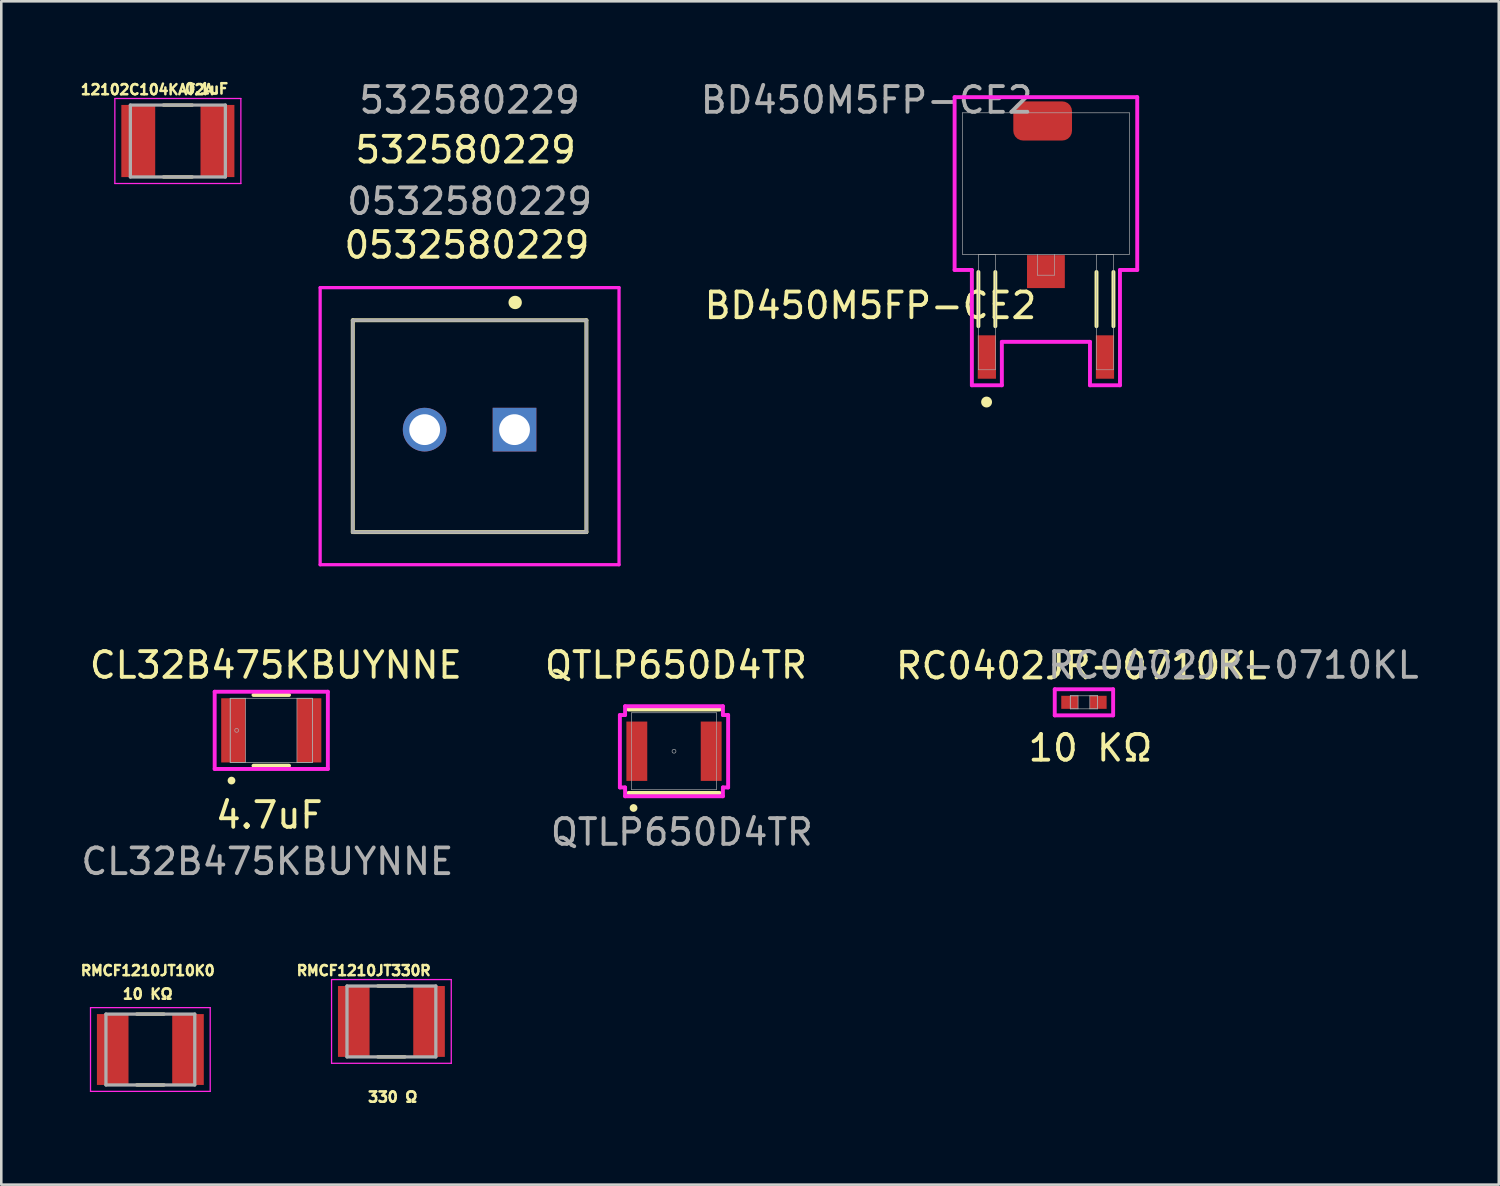
<source format=kicad_pcb>
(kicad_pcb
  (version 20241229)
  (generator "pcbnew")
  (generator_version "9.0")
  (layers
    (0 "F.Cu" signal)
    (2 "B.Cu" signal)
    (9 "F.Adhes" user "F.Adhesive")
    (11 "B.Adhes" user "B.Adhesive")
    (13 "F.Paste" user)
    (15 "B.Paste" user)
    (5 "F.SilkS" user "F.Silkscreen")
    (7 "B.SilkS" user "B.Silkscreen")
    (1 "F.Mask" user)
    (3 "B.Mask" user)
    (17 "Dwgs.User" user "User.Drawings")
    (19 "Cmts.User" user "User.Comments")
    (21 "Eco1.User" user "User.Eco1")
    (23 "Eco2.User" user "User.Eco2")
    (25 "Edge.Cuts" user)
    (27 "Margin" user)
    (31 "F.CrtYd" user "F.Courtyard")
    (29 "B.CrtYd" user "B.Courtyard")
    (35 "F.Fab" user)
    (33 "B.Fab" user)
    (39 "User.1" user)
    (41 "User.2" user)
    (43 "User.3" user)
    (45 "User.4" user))
  (footprint "12102C104KAT2A"
    (layer "F.Cu")
    (at 3.877 2.442)
    (property "Reference" "12102C104KAT2A" (at -1.2 -2 0) (layer "F.SilkS") (effects (font (size 0.394 0.394) (thickness 0.15))))
    (attr smd)
    (fp_line (start -0.56 -1.4) (end 0.56 -1.4) (stroke (width 0.127) (type solid)) (layer "F.SilkS"))
    (fp_line (start -0.56 1.4) (end 0.56 1.4) (stroke (width 0.127) (type solid)) (layer "F.SilkS"))
    (fp_line (start -2.454 -1.655) (end 2.454 -1.655) (stroke (width 0.05) (type solid)) (layer "F.CrtYd"))
    (fp_line (start -2.454 1.655) (end -2.454 -1.655) (stroke (width 0.05) (type solid)) (layer "F.CrtYd"))
    (fp_line (start -2.454 1.655) (end 2.454 1.655) (stroke (width 0.05) (type solid)) (layer "F.CrtYd"))
    (fp_line (start 2.454 1.655) (end 2.454 -1.655) (stroke (width 0.05) (type solid)) (layer "F.CrtYd"))
    (fp_line (start -1.85 1.4) (end -1.85 -1.4) (stroke (width 0.127) (type solid)) (layer "F.Fab"))
    (fp_line (start 1.85 -1.4) (end -1.85 -1.4) (stroke (width 0.127) (type solid)) (layer "F.Fab"))
    (fp_line (start 1.85 1.4) (end -1.85 1.4) (stroke (width 0.127) (type solid)) (layer "F.Fab"))
    (fp_line (start 1.85 1.4) (end 1.85 -1.4) (stroke (width 0.127) (type solid)) (layer "F.Fab"))
    (fp_text user "0.1uF" (at 1.118 -2.032 0) (unlocked yes) (layer "F.SilkS") (effects (font (size 0.4 0.4) (thickness 0.1))))
    (pad "1" smd rect (at -1.542 0) (size 1.32 2.81) (layers "F.Cu" "F.Mask" "F.Paste"))
    (pad "2" smd rect (at 1.542 0) (size 1.32 2.81) (layers "F.Cu" "F.Mask" "F.Paste")))
  (footprint "QTLP650D4TR"
    (layer "F.Cu")
    (at 23.2 26.208)
    (property "Reference" "QTLP650D4TR" (at 0.076 -3.353 0) (unlocked yes) (layer "F.SilkS") (effects (font (size 1 1) (thickness 0.15))))
    (attr smd)
    (fp_line (start -1.778 1.626) (end 1.778 1.626) (stroke (width 0.152) (type solid)) (layer "F.SilkS"))
    (fp_line (start 1.778 -1.626) (end -1.778 -1.626) (stroke (width 0.152) (type solid)) (layer "F.SilkS"))
    (fp_circle (center -1.575 2.21) (end -1.499 2.21) (stroke (width 0.152) (type solid)) (fill no) (layer "F.SilkS"))
    (fp_line (start -2.108 -1.41) (end -1.905 -1.41) (stroke (width 0.152) (type solid)) (layer "F.CrtYd"))
    (fp_line (start -2.108 1.41) (end -2.108 -1.41) (stroke (width 0.152) (type solid)) (layer "F.CrtYd"))
    (fp_line (start -2.108 1.41) (end -1.905 1.41) (stroke (width 0.152) (type solid)) (layer "F.CrtYd"))
    (fp_line (start -1.905 -1.753) (end 1.905 -1.753) (stroke (width 0.152) (type solid)) (layer "F.CrtYd"))
    (fp_line (start -1.905 -1.41) (end -1.905 -1.753) (stroke (width 0.152) (type solid)) (layer "F.CrtYd"))
    (fp_line (start -1.905 1.753) (end -1.905 1.41) (stroke (width 0.152) (type solid)) (layer "F.CrtYd"))
    (fp_line (start 1.905 -1.753) (end 1.905 -1.41) (stroke (width 0.152) (type solid)) (layer "F.CrtYd"))
    (fp_line (start 1.905 1.41) (end 1.905 1.753) (stroke (width 0.152) (type solid)) (layer "F.CrtYd"))
    (fp_line (start 1.905 1.753) (end -1.905 1.753) (stroke (width 0.152) (type solid)) (layer "F.CrtYd"))
    (fp_line (start 2.108 -1.41) (end 1.905 -1.41) (stroke (width 0.152) (type solid)) (layer "F.CrtYd"))
    (fp_line (start 2.108 -1.41) (end 2.108 1.41) (stroke (width 0.152) (type solid)) (layer "F.CrtYd"))
    (fp_line (start 2.108 1.41) (end 1.905 1.41) (stroke (width 0.152) (type solid)) (layer "F.CrtYd"))
    (fp_line (start -1.651 -1.499) (end -1.651 1.499) (stroke (width 0.025) (type solid)) (layer "F.Fab"))
    (fp_line (start -1.651 1.499) (end 1.651 1.499) (stroke (width 0.025) (type solid)) (layer "F.Fab"))
    (fp_line (start 1.651 -1.499) (end -1.651 -1.499) (stroke (width 0.025) (type solid)) (layer "F.Fab"))
    (fp_line (start 1.651 1.499) (end 1.651 -1.499) (stroke (width 0.025) (type solid)) (layer "F.Fab"))
    (fp_circle (center 0 0) (end 0.076 0) (stroke (width 0.025) (type solid)) (fill no) (layer "F.Fab"))
    (fp_text user "${REFERENCE}" (at 0.305 3.15 0) (unlocked yes) (layer "F.Fab") (effects (font (size 1 1) (thickness 0.15))))
    (pad "1" smd rect (at 1.448 0) (size 0.813 2.311) (layers "F.Cu" "F.Mask" "F.Paste"))
    (pad "2" smd rect (at -1.448 0) (size 0.813 2.311) (layers "F.Cu" "F.Mask" "F.Paste")))
  (footprint "RC0402JR-0710KL"
    (layer "F.Cu")
    (at 39.166 24.303)
    (property "Reference" "RC0402JR-0710KL" (at -0.102 -1.422 0) (unlocked yes) (layer "F.SilkS") (effects (font (size 1 1) (thickness 0.15))))
    (attr smd)
    (fp_line (start -1.137 -0.508) (end 1.137 -0.508) (stroke (width 0.152) (type solid)) (layer "F.CrtYd"))
    (fp_line (start -1.137 0.508) (end -1.137 -0.508) (stroke (width 0.152) (type solid)) (layer "F.CrtYd"))
    (fp_line (start 1.137 -0.508) (end 1.137 0.508) (stroke (width 0.152) (type solid)) (layer "F.CrtYd"))
    (fp_line (start 1.137 0.508) (end -1.137 0.508) (stroke (width 0.152) (type solid)) (layer "F.CrtYd"))
    (fp_line (start -0.533 -0.254) (end -0.533 0.254) (stroke (width 0.025) (type solid)) (layer "F.Fab"))
    (fp_line (start -0.533 -0.254) (end -0.533 0.254) (stroke (width 0.025) (type solid)) (layer "F.Fab"))
    (fp_line (start -0.533 0.254) (end -0.229 0.254) (stroke (width 0.025) (type solid)) (layer "F.Fab"))
    (fp_line (start -0.533 0.254) (end 0.533 0.254) (stroke (width 0.025) (type solid)) (layer "F.Fab"))
    (fp_line (start -0.229 -0.254) (end -0.533 -0.254) (stroke (width 0.025) (type solid)) (layer "F.Fab"))
    (fp_line (start -0.229 0.254) (end -0.229 -0.254) (stroke (width 0.025) (type solid)) (layer "F.Fab"))
    (fp_line (start 0.229 -0.254) (end 0.229 0.254) (stroke (width 0.025) (type solid)) (layer "F.Fab"))
    (fp_line (start 0.229 0.254) (end 0.533 0.254) (stroke (width 0.025) (type solid)) (layer "F.Fab"))
    (fp_line (start 0.533 -0.254) (end -0.533 -0.254) (stroke (width 0.025) (type solid)) (layer "F.Fab"))
    (fp_line (start 0.533 -0.254) (end 0.229 -0.254) (stroke (width 0.025) (type solid)) (layer "F.Fab"))
    (fp_line (start 0.533 0.254) (end 0.533 -0.254) (stroke (width 0.025) (type solid)) (layer "F.Fab"))
    (fp_line (start 0.533 0.254) (end 0.533 -0.254) (stroke (width 0.025) (type solid)) (layer "F.Fab"))
    (fp_text user "10 KΩ" (at 0.254 1.778 0) (unlocked yes) (layer "F.SilkS") (effects (font (size 1 1) (thickness 0.15))))
    (fp_text user "${REFERENCE}" (at 5.817 -1.448 0) (unlocked yes) (layer "F.Fab") (effects (font (size 1 1) (thickness 0.15))))
    (pad "1" smd rect (at -0.556 0) (size 0.655 0.508) (layers "F.Cu" "F.Mask" "F.Paste"))
    (pad "2" smd rect (at 0.556 0) (size 0.655 0.508) (layers "F.Cu" "F.Mask" "F.Paste"))
    (zone (net_name "") (layer "F.Cu") (hatch full 0.508) (connect_pads) (min_thickness 0.254) (filled_areas_thickness no) (keepout (tracks not_allowed) (vias not_allowed) (pads allowed) (copperpour not_allowed) (footprints allowed)) (placement (enabled no)) (fill) (polygon (pts (xy 38.989 24.1) (xy 39.344 24.1) (xy 39.344 24.506) (xy 38.989 24.506)))))
  (footprint "RMCF1210JT10K0"
    (layer "F.Cu")
    (at 2.806 37.825)
    (property "Reference" "RMCF1210JT10K0" (at -0.102 -3.073 0) (layer "F.SilkS") (effects (font (size 0.394 0.394) (thickness 0.15))))
    (attr smd)
    (fp_line (start -0.53 -1.38) (end 0.53 -1.38) (stroke (width 0.127) (type solid)) (layer "F.SilkS"))
    (fp_line (start -0.53 1.38) (end 0.53 1.38) (stroke (width 0.127) (type solid)) (layer "F.SilkS"))
    (fp_line (start -2.331 -1.631) (end 2.331 -1.631) (stroke (width 0.05) (type solid)) (layer "F.CrtYd"))
    (fp_line (start -2.331 1.631) (end -2.331 -1.631) (stroke (width 0.05) (type solid)) (layer "F.CrtYd"))
    (fp_line (start -2.331 1.631) (end 2.331 1.631) (stroke (width 0.05) (type solid)) (layer "F.CrtYd"))
    (fp_line (start 2.331 1.631) (end 2.331 -1.631) (stroke (width 0.05) (type solid)) (layer "F.CrtYd"))
    (fp_line (start -1.73 1.38) (end -1.73 -1.38) (stroke (width 0.127) (type solid)) (layer "F.Fab"))
    (fp_line (start 1.73 -1.38) (end -1.73 -1.38) (stroke (width 0.127) (type solid)) (layer "F.Fab"))
    (fp_line (start 1.73 1.38) (end -1.73 1.38) (stroke (width 0.127) (type solid)) (layer "F.Fab"))
    (fp_line (start 1.73 1.38) (end 1.73 -1.38) (stroke (width 0.127) (type solid)) (layer "F.Fab"))
    (fp_text user "10 KΩ" (at -0.102 -2.159 0) (unlocked yes) (layer "F.SilkS") (effects (font (size 0.4 0.4) (thickness 0.1))))
    (pad "1" smd rect (at -1.466 0) (size 1.23 2.76) (layers "F.Cu" "F.Mask" "F.Paste"))
    (pad "2" smd rect (at 1.466 0) (size 1.23 2.76) (layers "F.Cu" "F.Mask" "F.Paste")))
  (footprint "RMCF1210JT330R"
    (layer "F.Cu")
    (at 12.194 36.732)
    (property "Reference" "RMCF1210JT330R" (at -1.08 -1.98 0) (layer "F.SilkS") (effects (font (size 0.394 0.394) (thickness 0.15))))
    (attr smd)
    (fp_line (start -0.53 -1.38) (end 0.53 -1.38) (stroke (width 0.127) (type solid)) (layer "F.SilkS"))
    (fp_line (start -0.53 1.38) (end 0.53 1.38) (stroke (width 0.127) (type solid)) (layer "F.SilkS"))
    (fp_line (start -2.331 -1.631) (end 2.331 -1.631) (stroke (width 0.05) (type solid)) (layer "F.CrtYd"))
    (fp_line (start -2.331 1.631) (end -2.331 -1.631) (stroke (width 0.05) (type solid)) (layer "F.CrtYd"))
    (fp_line (start -2.331 1.631) (end 2.331 1.631) (stroke (width 0.05) (type solid)) (layer "F.CrtYd"))
    (fp_line (start 2.331 1.631) (end 2.331 -1.631) (stroke (width 0.05) (type solid)) (layer "F.CrtYd"))
    (fp_line (start -1.73 1.38) (end -1.73 -1.38) (stroke (width 0.127) (type solid)) (layer "F.Fab"))
    (fp_line (start 1.73 -1.38) (end -1.73 -1.38) (stroke (width 0.127) (type solid)) (layer "F.Fab"))
    (fp_line (start 1.73 1.38) (end -1.73 1.38) (stroke (width 0.127) (type solid)) (layer "F.Fab"))
    (fp_line (start 1.73 1.38) (end 1.73 -1.38) (stroke (width 0.127) (type solid)) (layer "F.Fab"))
    (fp_text user "330 Ω" (at 0.051 2.946 0) (unlocked yes) (layer "F.SilkS") (effects (font (size 0.4 0.4) (thickness 0.1))))
    (pad "1" smd rect (at -1.466 0) (size 1.23 2.76) (layers "F.Cu" "F.Mask" "F.Paste"))
    (pad "2" smd rect (at 1.466 0) (size 1.23 2.76) (layers "F.Cu" "F.Mask" "F.Paste")))
  (footprint "BD450M5FP-CE2"
    (layer "F.Cu")
    (at 37.685 4.099)
    (property "Reference" "BD450M5FP-CE2" (at -6.833 4.75 0) (unlocked yes) (layer "F.SilkS") (effects (font (size 1 1) (thickness 0.15))))
    (attr smd)
    (fp_line (start -2.63 3.444) (end -2.63 5.556) (stroke (width 0.152) (type solid)) (layer "F.SilkS"))
    (fp_line (start -1.97 3.444) (end -1.97 5.556) (stroke (width 0.152) (type solid)) (layer "F.SilkS"))
    (fp_line (start 1.97 3.444) (end 1.97 5.556) (stroke (width 0.152) (type solid)) (layer "F.SilkS"))
    (fp_line (start 2.63 3.444) (end 2.63 5.556) (stroke (width 0.152) (type solid)) (layer "F.SilkS"))
    (fp_circle (center -2.311 8.509) (end -2.159 8.509) (stroke (width 0.12) (type solid)) (fill yes) (layer "F.SilkS"))
    (fp_line (start -3.556 -3.365) (end 3.556 -3.365) (stroke (width 0.152) (type solid)) (layer "F.CrtYd"))
    (fp_line (start -3.556 3.365) (end -3.556 -3.365) (stroke (width 0.152) (type solid)) (layer "F.CrtYd"))
    (fp_line (start -2.884 3.365) (end -3.556 3.365) (stroke (width 0.152) (type solid)) (layer "F.CrtYd"))
    (fp_line (start -2.884 7.856) (end -2.884 3.365) (stroke (width 0.152) (type solid)) (layer "F.CrtYd"))
    (fp_line (start -1.716 6.165) (end -1.716 7.856) (stroke (width 0.152) (type solid)) (layer "F.CrtYd"))
    (fp_line (start -1.716 7.856) (end -2.884 7.856) (stroke (width 0.152) (type solid)) (layer "F.CrtYd"))
    (fp_line (start 1.716 6.165) (end -1.716 6.165) (stroke (width 0.152) (type solid)) (layer "F.CrtYd"))
    (fp_line (start 1.716 7.856) (end 1.716 6.165) (stroke (width 0.152) (type solid)) (layer "F.CrtYd"))
    (fp_line (start 2.884 3.365) (end 2.884 7.856) (stroke (width 0.152) (type solid)) (layer "F.CrtYd"))
    (fp_line (start 2.884 7.856) (end 1.716 7.856) (stroke (width 0.152) (type solid)) (layer "F.CrtYd"))
    (fp_line (start 3.556 -3.365) (end 3.556 3.365) (stroke (width 0.152) (type solid)) (layer "F.CrtYd"))
    (fp_line (start 3.556 3.365) (end 2.884 3.365) (stroke (width 0.152) (type solid)) (layer "F.CrtYd"))
    (fp_line (start -3.251 -2.756) (end -3.251 2.756) (stroke (width 0.025) (type solid)) (layer "F.Fab"))
    (fp_line (start -3.251 2.756) (end 3.251 2.756) (stroke (width 0.025) (type solid)) (layer "F.Fab"))
    (fp_line (start -2.63 2.756) (end -2.63 7.252) (stroke (width 0.025) (type solid)) (layer "F.Fab"))
    (fp_line (start -2.63 7.252) (end -1.97 7.252) (stroke (width 0.025) (type solid)) (layer "F.Fab"))
    (fp_line (start -1.97 2.756) (end -2.63 2.756) (stroke (width 0.025) (type solid)) (layer "F.Fab"))
    (fp_line (start -1.97 7.252) (end -1.97 2.756) (stroke (width 0.025) (type solid)) (layer "F.Fab"))
    (fp_line (start -0.33 2.756) (end -0.33 3.569) (stroke (width 0.025) (type solid)) (layer "F.Fab"))
    (fp_line (start -0.33 3.569) (end 0.33 3.569) (stroke (width 0.025) (type solid)) (layer "F.Fab"))
    (fp_line (start 0.33 3.569) (end 0.33 2.756) (stroke (width 0.025) (type solid)) (layer "F.Fab"))
    (fp_line (start 1.97 2.756) (end 1.97 7.252) (stroke (width 0.025) (type solid)) (layer "F.Fab"))
    (fp_line (start 1.97 7.252) (end 2.63 7.252) (stroke (width 0.025) (type solid)) (layer "F.Fab"))
    (fp_line (start 2.63 2.756) (end 1.97 2.756) (stroke (width 0.025) (type solid)) (layer "F.Fab"))
    (fp_line (start 2.63 7.252) (end 2.63 2.756) (stroke (width 0.025) (type solid)) (layer "F.Fab"))
    (fp_line (start 3.251 -2.756) (end -3.251 -2.756) (stroke (width 0.025) (type solid)) (layer "F.Fab"))
    (fp_line (start 3.251 2.756) (end 3.251 -2.756) (stroke (width 0.025) (type solid)) (layer "F.Fab"))
    (fp_text user "${REFERENCE}" (at -6.985 -3.251 0) (unlocked yes) (layer "F.Fab") (effects (font (size 1 1) (thickness 0.15))))
    (pad "1" smd rect (at -2.3 6.756) (size 0.71 1.691) (layers "F.Cu" "F.Mask" "F.Paste"))
    (pad "2" smd rect (at 0 3.429) (size 1.473 1.283) (layers "F.Cu" "F.Mask" "F.Paste"))
    (pad "3" smd rect (at 2.3 6.756) (size 0.71 1.691) (layers "F.Cu" "F.Mask" "F.Paste"))
    (pad "4" smd roundrect (at -0.127 -2.438) (size 2.286 1.524) (layers "F.Cu" "F.Mask" "F.Paste") (roundrect_rratio 0.25)))
  (footprint "0532580229"
    (layer "F.Cu")
    (at 16.989 13.683)
    (property "Reference" "0532580229" (at -1.854 -7.188 0) (unlocked yes) (layer "F.SilkS") (effects (font (size 1 1) (thickness 0.15))))
    (attr through_hole)
    (fp_line (start -6.3 -4.26) (end -6.3 3.99) (stroke (width 0.152) (type solid)) (layer "F.SilkS"))
    (fp_line (start -6.3 3.99) (end 2.8 3.99) (stroke (width 0.152) (type solid)) (layer "F.SilkS"))
    (fp_line (start 2.8 -4.26) (end -6.3 -4.26) (stroke (width 0.152) (type solid)) (layer "F.SilkS"))
    (fp_line (start 2.8 3.99) (end 2.8 -4.26) (stroke (width 0.152) (type solid)) (layer "F.SilkS"))
    (fp_circle (center 0.025 -4.953) (end 0.225 -4.953) (stroke (width 0.12) (type solid)) (fill yes) (layer "F.SilkS"))
    (fp_line (start -7.57 -5.53) (end -7.57 5.26) (stroke (width 0.127) (type solid)) (layer "F.CrtYd"))
    (fp_line (start -7.57 5.26) (end 4.07 5.26) (stroke (width 0.127) (type solid)) (layer "F.CrtYd"))
    (fp_line (start 4.07 -5.53) (end -7.57 -5.53) (stroke (width 0.127) (type solid)) (layer "F.CrtYd"))
    (fp_line (start 4.07 5.26) (end 4.07 -5.53) (stroke (width 0.127) (type solid)) (layer "F.CrtYd"))
    (fp_line (start -6.3 -4.26) (end -6.3 3.99) (stroke (width 0.127) (type solid)) (layer "F.Fab"))
    (fp_line (start -6.3 3.99) (end 2.8 3.99) (stroke (width 0.127) (type solid)) (layer "F.Fab"))
    (fp_line (start 2.8 -4.26) (end -6.3 -4.26) (stroke (width 0.127) (type solid)) (layer "F.Fab"))
    (fp_line (start 2.8 3.99) (end 2.8 -4.26) (stroke (width 0.127) (type solid)) (layer "F.Fab"))
    (fp_text user "532580229" (at -1.905 -10.897 0) (unlocked yes) (layer "F.SilkS") (effects (font (size 1 1) (thickness 0.15))))
    (fp_text user "${REFERENCE}" (at -1.75 -8.89 0) (unlocked yes) (layer "F.Fab") (effects (font (size 1 1) (thickness 0.15))))
    (fp_text user "532580229" (at -1.75 -12.835 0) (unlocked yes) (layer "F.Fab") (effects (font (size 1 1) (thickness 0.15))))
    (pad "1" thru_hole rect (at 0 0) (size 1.7 1.7) (drill 1.2) (layers "*.Cu" "*.Mask"))
    (pad "2" thru_hole circle (at -3.5 0) (size 1.7 1.7) (drill 1.2) (layers "*.Cu" "*.Mask")))
  (footprint "CL32B475KBUYNNE"
    (layer "F.Cu")
    (at 7.515 25.395)
    (property "Reference" "CL32B475KBUYNNE" (at 0.178 -2.54 0) (unlocked yes) (layer "F.SilkS") (effects (font (size 1 1) (thickness 0.15))))
    (attr smd)
    (fp_line (start -0.692 1.377) (end 0.692 1.377) (stroke (width 0.152) (type solid)) (layer "F.SilkS"))
    (fp_line (start 0.692 -1.377) (end -0.692 -1.377) (stroke (width 0.152) (type solid)) (layer "F.SilkS"))
    (fp_circle (center -1.549 1.956) (end -1.473 1.956) (stroke (width 0.152) (type solid)) (fill no) (layer "F.SilkS"))
    (fp_line (start -2.204 -1.504) (end 2.204 -1.504) (stroke (width 0.152) (type solid)) (layer "F.CrtYd"))
    (fp_line (start -2.204 1.504) (end -2.204 -1.504) (stroke (width 0.152) (type solid)) (layer "F.CrtYd"))
    (fp_line (start 2.204 -1.504) (end 2.204 1.504) (stroke (width 0.152) (type solid)) (layer "F.CrtYd"))
    (fp_line (start 2.204 1.504) (end -2.204 1.504) (stroke (width 0.152) (type solid)) (layer "F.CrtYd"))
    (fp_line (start -1.6 -1.25) (end -1.6 1.25) (stroke (width 0.025) (type solid)) (layer "F.Fab"))
    (fp_line (start -1.6 -1.25) (end -1.6 1.25) (stroke (width 0.025) (type solid)) (layer "F.Fab"))
    (fp_line (start -1.6 1.25) (end -1 1.25) (stroke (width 0.025) (type solid)) (layer "F.Fab"))
    (fp_line (start -1.6 1.25) (end 1.6 1.25) (stroke (width 0.025) (type solid)) (layer "F.Fab"))
    (fp_line (start -1 -1.25) (end -1.6 -1.25) (stroke (width 0.025) (type solid)) (layer "F.Fab"))
    (fp_line (start -1 1.25) (end -1 -1.25) (stroke (width 0.025) (type solid)) (layer "F.Fab"))
    (fp_line (start 1 -1.25) (end 1 1.25) (stroke (width 0.025) (type solid)) (layer "F.Fab"))
    (fp_line (start 1 1.25) (end 1.6 1.25) (stroke (width 0.025) (type solid)) (layer "F.Fab"))
    (fp_line (start 1.6 -1.25) (end -1.6 -1.25) (stroke (width 0.025) (type solid)) (layer "F.Fab"))
    (fp_line (start 1.6 -1.25) (end 1 -1.25) (stroke (width 0.025) (type solid)) (layer "F.Fab"))
    (fp_line (start 1.6 1.25) (end 1.6 -1.25) (stroke (width 0.025) (type solid)) (layer "F.Fab"))
    (fp_line (start 1.6 1.25) (end 1.6 -1.25) (stroke (width 0.025) (type solid)) (layer "F.Fab"))
    (fp_circle (center -1.348 0) (end -1.272 0) (stroke (width 0.025) (type solid)) (fill no) (layer "F.Fab"))
    (fp_text user "4.7uF" (at -0.076 3.302 0) (unlocked yes) (layer "F.SilkS") (effects (font (size 1 1) (thickness 0.15))))
    (fp_text user "${REFERENCE}" (at -0.152 5.105 0) (unlocked yes) (layer "F.Fab") (effects (font (size 1 1) (thickness 0.15))))
    (pad "1" smd rect (at -1.475 0) (size 0.95 2.5) (layers "F.Cu" "F.Mask" "F.Paste"))
    (pad "2" smd rect (at 1.475 0) (size 0.95 2.5) (layers "F.Cu" "F.Mask" "F.Paste"))
    (zone (net_name "") (layer "F.Cu") (hatch full 0.508) (connect_pads) (min_thickness 0.254) (filled_areas_thickness no) (keepout (tracks not_allowed) (vias not_allowed) (pads allowed) (copperpour not_allowed) (footprints allowed)) (placement (enabled no)) (fill) (polygon (pts (xy 6.566 24.196) (xy 8.465 24.196) (xy 8.465 26.594) (xy 6.566 26.594)))))
  (gr_rect
    (start -3 -3)
    (end 55.322 43.088)
    (stroke (width 0.1) (type default))
    (fill no)
    (layer "Edge.Cuts")))
</source>
